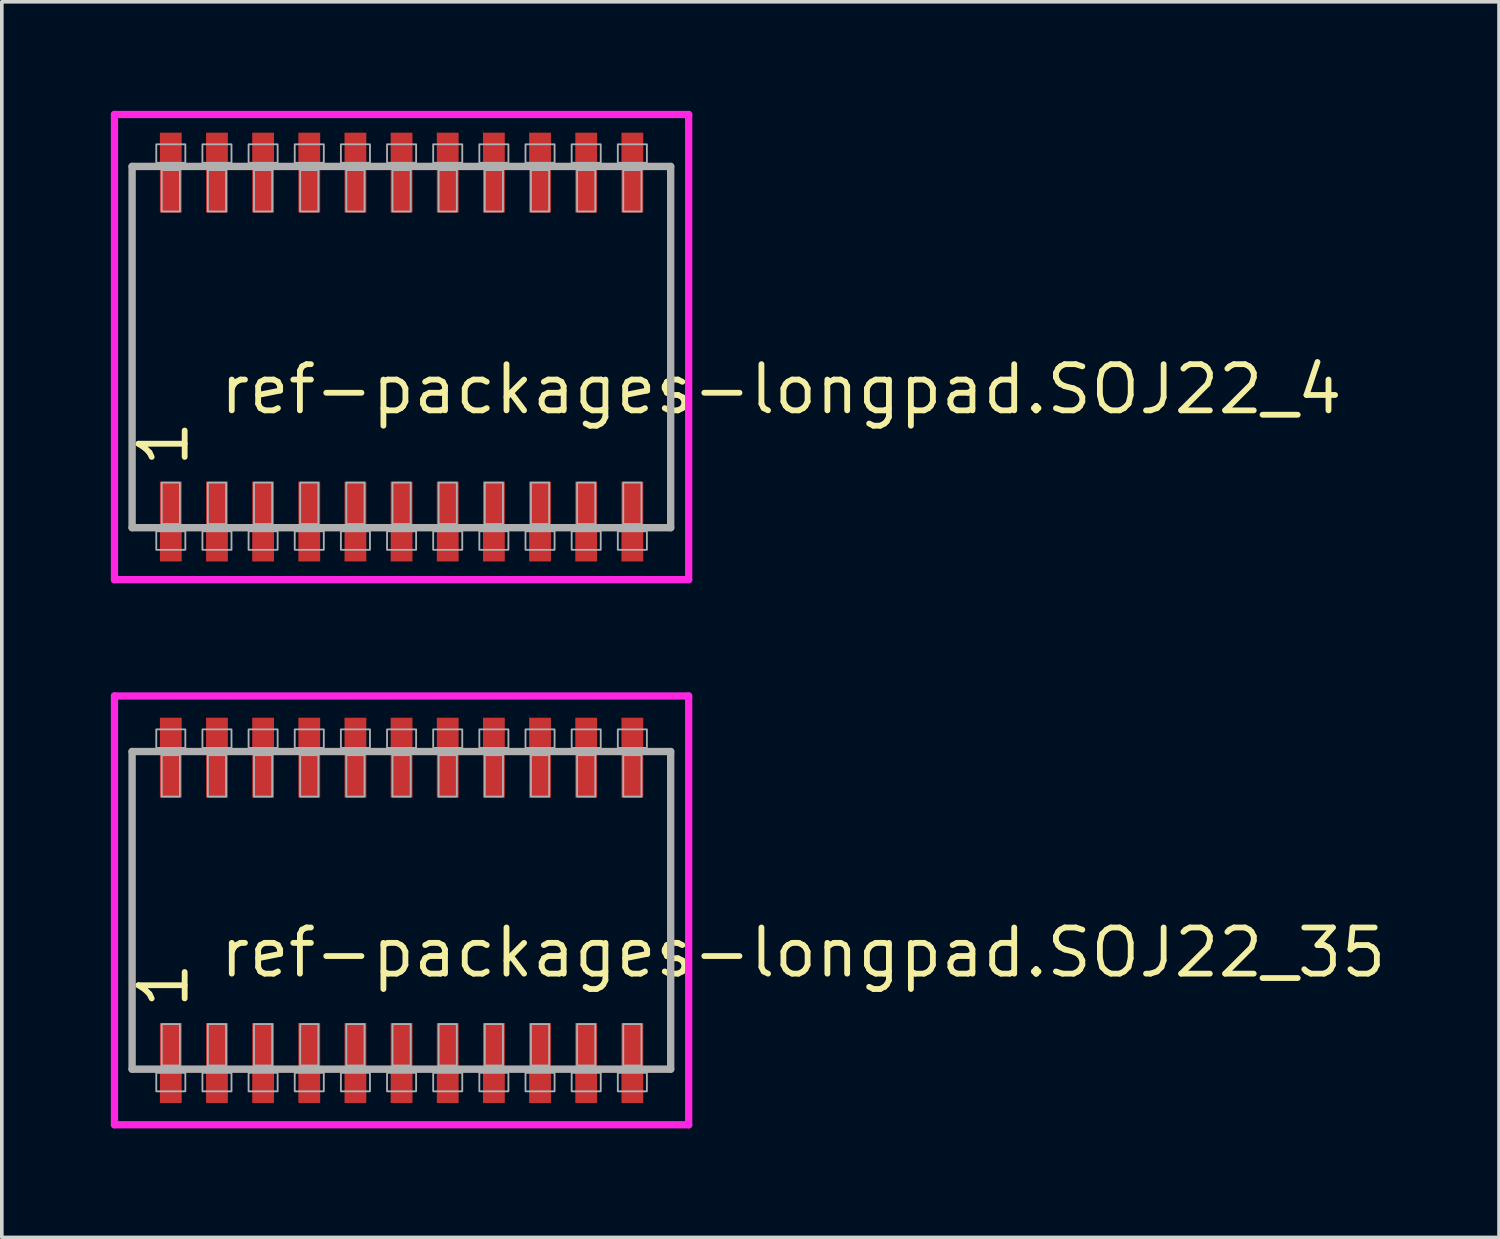
<source format=kicad_pcb>
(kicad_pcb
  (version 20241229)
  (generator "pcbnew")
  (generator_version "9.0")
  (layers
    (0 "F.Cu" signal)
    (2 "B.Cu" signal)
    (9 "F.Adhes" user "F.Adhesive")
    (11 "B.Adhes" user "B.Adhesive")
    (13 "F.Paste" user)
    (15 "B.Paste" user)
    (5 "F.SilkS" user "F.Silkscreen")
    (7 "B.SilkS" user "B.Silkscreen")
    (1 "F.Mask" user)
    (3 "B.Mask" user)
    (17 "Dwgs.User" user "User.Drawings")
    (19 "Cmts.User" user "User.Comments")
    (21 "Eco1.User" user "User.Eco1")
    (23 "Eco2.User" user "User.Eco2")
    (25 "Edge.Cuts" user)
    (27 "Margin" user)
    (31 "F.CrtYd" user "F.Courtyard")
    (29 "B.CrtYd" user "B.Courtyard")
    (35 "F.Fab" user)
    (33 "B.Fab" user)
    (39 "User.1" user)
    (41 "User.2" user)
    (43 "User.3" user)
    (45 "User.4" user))
  (footprint "ref-packages-longpad.SOJ22_4"
    (layer "F.Cu")
    (at 8 6.5)
    (property "Reference" "ref-packages-longpad.SOJ22_4" (at -5.08 1.905 0) (layer "F.SilkS") (effects (font (size 1.27 1.27) (thickness 0.16)) (justify left bottom)))
    (attr smd)
    (fp_line (start -7.9 -6.4) (end 7.9 -6.4) (stroke (width 0.2) (type default)) (layer "F.CrtYd"))
    (fp_line (start -7.9 6.4) (end -7.9 -6.4) (stroke (width 0.2) (type default)) (layer "F.CrtYd"))
    (fp_line (start 7.9 -6.4) (end 7.9 6.4) (stroke (width 0.2) (type default)) (layer "F.CrtYd"))
    (fp_line (start 7.9 6.4) (end -7.9 6.4) (stroke (width 0.2) (type default)) (layer "F.CrtYd"))
    (fp_line (start -7.415 -4.97) (end 7.405 -4.97) (stroke (width 0.203) (type default)) (layer "F.Fab"))
    (fp_line (start -7.415 4.97) (end -7.415 -4.97) (stroke (width 0.203) (type default)) (layer "F.Fab"))
    (fp_line (start 7.405 -4.97) (end 7.405 4.97) (stroke (width 0.203) (type default)) (layer "F.Fab"))
    (fp_line (start 7.405 4.97) (end -7.415 4.97) (stroke (width 0.203) (type default)) (layer "F.Fab"))
    (fp_rect (start -6.75 -5.07) (end -5.95 -5.58) (stroke (width 0.05) (type default)) (fill no) (layer "F.Fab"))
    (fp_rect (start -6.75 5.58) (end -5.95 5.07) (stroke (width 0.05) (type default)) (fill no) (layer "F.Fab"))
    (fp_rect (start -6.6 -3.73) (end -6.1 -4.87) (stroke (width 0.05) (type default)) (fill no) (layer "F.Fab"))
    (fp_rect (start -6.6 4.87) (end -6.1 3.73) (stroke (width 0.05) (type default)) (fill no) (layer "F.Fab"))
    (fp_rect (start -5.48 -5.07) (end -4.68 -5.58) (stroke (width 0.05) (type default)) (fill no) (layer "F.Fab"))
    (fp_rect (start -5.48 5.58) (end -4.68 5.07) (stroke (width 0.05) (type default)) (fill no) (layer "F.Fab"))
    (fp_rect (start -5.33 -3.73) (end -4.83 -4.87) (stroke (width 0.05) (type default)) (fill no) (layer "F.Fab"))
    (fp_rect (start -5.33 4.87) (end -4.83 3.73) (stroke (width 0.05) (type default)) (fill no) (layer "F.Fab"))
    (fp_rect (start -4.21 -5.07) (end -3.41 -5.58) (stroke (width 0.05) (type default)) (fill no) (layer "F.Fab"))
    (fp_rect (start -4.21 5.58) (end -3.41 5.07) (stroke (width 0.05) (type default)) (fill no) (layer "F.Fab"))
    (fp_rect (start -4.06 -3.73) (end -3.56 -4.87) (stroke (width 0.05) (type default)) (fill no) (layer "F.Fab"))
    (fp_rect (start -4.06 4.87) (end -3.56 3.73) (stroke (width 0.05) (type default)) (fill no) (layer "F.Fab"))
    (fp_rect (start -2.94 -5.07) (end -2.14 -5.58) (stroke (width 0.05) (type default)) (fill no) (layer "F.Fab"))
    (fp_rect (start -2.94 5.58) (end -2.14 5.07) (stroke (width 0.05) (type default)) (fill no) (layer "F.Fab"))
    (fp_rect (start -2.79 -3.73) (end -2.29 -4.87) (stroke (width 0.05) (type default)) (fill no) (layer "F.Fab"))
    (fp_rect (start -2.79 4.87) (end -2.29 3.73) (stroke (width 0.05) (type default)) (fill no) (layer "F.Fab"))
    (fp_rect (start -1.67 -5.07) (end -0.87 -5.58) (stroke (width 0.05) (type default)) (fill no) (layer "F.Fab"))
    (fp_rect (start -1.67 5.58) (end -0.87 5.07) (stroke (width 0.05) (type default)) (fill no) (layer "F.Fab"))
    (fp_rect (start -1.52 -3.73) (end -1.02 -4.87) (stroke (width 0.05) (type default)) (fill no) (layer "F.Fab"))
    (fp_rect (start -1.52 4.87) (end -1.02 3.73) (stroke (width 0.05) (type default)) (fill no) (layer "F.Fab"))
    (fp_rect (start -0.4 -5.07) (end 0.4 -5.58) (stroke (width 0.05) (type default)) (fill no) (layer "F.Fab"))
    (fp_rect (start -0.4 5.58) (end 0.4 5.07) (stroke (width 0.05) (type default)) (fill no) (layer "F.Fab"))
    (fp_rect (start -0.25 -3.73) (end 0.25 -4.87) (stroke (width 0.05) (type default)) (fill no) (layer "F.Fab"))
    (fp_rect (start -0.25 4.87) (end 0.25 3.73) (stroke (width 0.05) (type default)) (fill no) (layer "F.Fab"))
    (fp_rect (start 0.87 -5.07) (end 1.67 -5.58) (stroke (width 0.05) (type default)) (fill no) (layer "F.Fab"))
    (fp_rect (start 0.87 5.58) (end 1.67 5.07) (stroke (width 0.05) (type default)) (fill no) (layer "F.Fab"))
    (fp_rect (start 1.02 -3.73) (end 1.52 -4.87) (stroke (width 0.05) (type default)) (fill no) (layer "F.Fab"))
    (fp_rect (start 1.02 4.87) (end 1.52 3.73) (stroke (width 0.05) (type default)) (fill no) (layer "F.Fab"))
    (fp_rect (start 2.14 -5.07) (end 2.94 -5.58) (stroke (width 0.05) (type default)) (fill no) (layer "F.Fab"))
    (fp_rect (start 2.14 5.58) (end 2.94 5.07) (stroke (width 0.05) (type default)) (fill no) (layer "F.Fab"))
    (fp_rect (start 2.29 -3.73) (end 2.79 -4.87) (stroke (width 0.05) (type default)) (fill no) (layer "F.Fab"))
    (fp_rect (start 2.29 4.87) (end 2.79 3.73) (stroke (width 0.05) (type default)) (fill no) (layer "F.Fab"))
    (fp_rect (start 3.41 -5.07) (end 4.21 -5.58) (stroke (width 0.05) (type default)) (fill no) (layer "F.Fab"))
    (fp_rect (start 3.41 5.58) (end 4.21 5.07) (stroke (width 0.05) (type default)) (fill no) (layer "F.Fab"))
    (fp_rect (start 3.56 -3.73) (end 4.06 -4.87) (stroke (width 0.05) (type default)) (fill no) (layer "F.Fab"))
    (fp_rect (start 3.56 4.87) (end 4.06 3.73) (stroke (width 0.05) (type default)) (fill no) (layer "F.Fab"))
    (fp_rect (start 4.68 -5.07) (end 5.48 -5.58) (stroke (width 0.05) (type default)) (fill no) (layer "F.Fab"))
    (fp_rect (start 4.68 5.58) (end 5.48 5.07) (stroke (width 0.05) (type default)) (fill no) (layer "F.Fab"))
    (fp_rect (start 4.83 -3.73) (end 5.33 -4.87) (stroke (width 0.05) (type default)) (fill no) (layer "F.Fab"))
    (fp_rect (start 4.83 4.87) (end 5.33 3.73) (stroke (width 0.05) (type default)) (fill no) (layer "F.Fab"))
    (fp_rect (start 5.95 -5.07) (end 6.75 -5.58) (stroke (width 0.05) (type default)) (fill no) (layer "F.Fab"))
    (fp_rect (start 5.95 5.58) (end 6.75 5.07) (stroke (width 0.05) (type default)) (fill no) (layer "F.Fab"))
    (fp_rect (start 6.1 -3.73) (end 6.6 -4.87) (stroke (width 0.05) (type default)) (fill no) (layer "F.Fab"))
    (fp_rect (start 6.1 4.87) (end 6.6 3.73) (stroke (width 0.05) (type default)) (fill no) (layer "F.Fab"))
    (fp_text user "1" (at -5.805 3.37 90) (layer "F.SilkS") (effects (font (size 1.27 1.27) (thickness 0.16)) (justify left bottom)))
    (pad "1" smd roundrect (at -6.35 4.8) (size 0.6 2.2) (layers "F.Cu" "F.Mask" "F.Paste") (roundrect_rratio 0.01))
    (pad "2" smd roundrect (at -5.08 4.8) (size 0.6 2.2) (layers "F.Cu" "F.Mask" "F.Paste") (roundrect_rratio 0.01))
    (pad "3" smd roundrect (at -3.81 4.8) (size 0.6 2.2) (layers "F.Cu" "F.Mask" "F.Paste") (roundrect_rratio 0.01))
    (pad "4" smd roundrect (at -2.54 4.8) (size 0.6 2.2) (layers "F.Cu" "F.Mask" "F.Paste") (roundrect_rratio 0.01))
    (pad "5" smd roundrect (at -1.27 4.8) (size 0.6 2.2) (layers "F.Cu" "F.Mask" "F.Paste") (roundrect_rratio 0.01))
    (pad "6" smd roundrect (at 0 4.8) (size 0.6 2.2) (layers "F.Cu" "F.Mask" "F.Paste") (roundrect_rratio 0.01))
    (pad "7" smd roundrect (at 1.27 4.8) (size 0.6 2.2) (layers "F.Cu" "F.Mask" "F.Paste") (roundrect_rratio 0.01))
    (pad "8" smd roundrect (at 2.54 4.8) (size 0.6 2.2) (layers "F.Cu" "F.Mask" "F.Paste") (roundrect_rratio 0.01))
    (pad "9" smd roundrect (at 3.81 4.8) (size 0.6 2.2) (layers "F.Cu" "F.Mask" "F.Paste") (roundrect_rratio 0.01))
    (pad "10" smd roundrect (at 5.08 4.8) (size 0.6 2.2) (layers "F.Cu" "F.Mask" "F.Paste") (roundrect_rratio 0.01))
    (pad "11" smd roundrect (at 6.35 4.8) (size 0.6 2.2) (layers "F.Cu" "F.Mask" "F.Paste") (roundrect_rratio 0.01))
    (pad "12" smd roundrect (at 6.35 -4.8) (size 0.6 2.2) (layers "F.Cu" "F.Mask" "F.Paste") (roundrect_rratio 0.01))
    (pad "13" smd roundrect (at 5.08 -4.8) (size 0.6 2.2) (layers "F.Cu" "F.Mask" "F.Paste") (roundrect_rratio 0.01))
    (pad "14" smd roundrect (at 3.81 -4.8) (size 0.6 2.2) (layers "F.Cu" "F.Mask" "F.Paste") (roundrect_rratio 0.01))
    (pad "15" smd roundrect (at 2.54 -4.8) (size 0.6 2.2) (layers "F.Cu" "F.Mask" "F.Paste") (roundrect_rratio 0.01))
    (pad "16" smd roundrect (at 1.27 -4.8) (size 0.6 2.2) (layers "F.Cu" "F.Mask" "F.Paste") (roundrect_rratio 0.01))
    (pad "17" smd roundrect (at 0 -4.8) (size 0.6 2.2) (layers "F.Cu" "F.Mask" "F.Paste") (roundrect_rratio 0.01))
    (pad "18" smd roundrect (at -1.27 -4.8) (size 0.6 2.2) (layers "F.Cu" "F.Mask" "F.Paste") (roundrect_rratio 0.01))
    (pad "19" smd roundrect (at -2.54 -4.8) (size 0.6 2.2) (layers "F.Cu" "F.Mask" "F.Paste") (roundrect_rratio 0.01))
    (pad "20" smd roundrect (at -3.81 -4.8) (size 0.6 2.2) (layers "F.Cu" "F.Mask" "F.Paste") (roundrect_rratio 0.01))
    (pad "21" smd roundrect (at -5.08 -4.8) (size 0.6 2.2) (layers "F.Cu" "F.Mask" "F.Paste") (roundrect_rratio 0.01))
    (pad "22" smd roundrect (at -6.35 -4.8) (size 0.6 2.2) (layers "F.Cu" "F.Mask" "F.Paste") (roundrect_rratio 0.01)))
  (footprint "ref-packages-longpad.SOJ22_35"
    (layer "F.Cu")
    (at 8 22)
    (property "Reference" "ref-packages-longpad.SOJ22_35" (at -5.08 1.905 0) (layer "F.SilkS") (effects (font (size 1.27 1.27) (thickness 0.16)) (justify left bottom)))
    (attr smd)
    (fp_line (start -7.9 -5.9) (end 7.9 -5.9) (stroke (width 0.2) (type default)) (layer "F.CrtYd"))
    (fp_line (start -7.9 5.9) (end -7.9 -5.9) (stroke (width 0.2) (type default)) (layer "F.CrtYd"))
    (fp_line (start 7.9 -5.9) (end 7.9 5.9) (stroke (width 0.2) (type default)) (layer "F.CrtYd"))
    (fp_line (start 7.9 5.9) (end -7.9 5.9) (stroke (width 0.2) (type default)) (layer "F.CrtYd"))
    (fp_line (start -7.415 -4.37) (end 7.405 -4.37) (stroke (width 0.203) (type default)) (layer "F.Fab"))
    (fp_line (start -7.415 4.37) (end -7.415 -4.37) (stroke (width 0.203) (type default)) (layer "F.Fab"))
    (fp_line (start 7.405 -4.37) (end 7.405 4.37) (stroke (width 0.203) (type default)) (layer "F.Fab"))
    (fp_line (start 7.405 4.37) (end -7.415 4.37) (stroke (width 0.203) (type default)) (layer "F.Fab"))
    (fp_rect (start -6.75 -4.47) (end -5.95 -4.98) (stroke (width 0.05) (type default)) (fill no) (layer "F.Fab"))
    (fp_rect (start -6.75 4.98) (end -5.95 4.47) (stroke (width 0.05) (type default)) (fill no) (layer "F.Fab"))
    (fp_rect (start -6.6 -3.13) (end -6.1 -4.27) (stroke (width 0.05) (type default)) (fill no) (layer "F.Fab"))
    (fp_rect (start -6.6 4.27) (end -6.1 3.13) (stroke (width 0.05) (type default)) (fill no) (layer "F.Fab"))
    (fp_rect (start -5.48 -4.47) (end -4.68 -4.98) (stroke (width 0.05) (type default)) (fill no) (layer "F.Fab"))
    (fp_rect (start -5.48 4.98) (end -4.68 4.47) (stroke (width 0.05) (type default)) (fill no) (layer "F.Fab"))
    (fp_rect (start -5.33 -3.13) (end -4.83 -4.27) (stroke (width 0.05) (type default)) (fill no) (layer "F.Fab"))
    (fp_rect (start -5.33 4.27) (end -4.83 3.13) (stroke (width 0.05) (type default)) (fill no) (layer "F.Fab"))
    (fp_rect (start -4.21 -4.47) (end -3.41 -4.98) (stroke (width 0.05) (type default)) (fill no) (layer "F.Fab"))
    (fp_rect (start -4.21 4.98) (end -3.41 4.47) (stroke (width 0.05) (type default)) (fill no) (layer "F.Fab"))
    (fp_rect (start -4.06 -3.13) (end -3.56 -4.27) (stroke (width 0.05) (type default)) (fill no) (layer "F.Fab"))
    (fp_rect (start -4.06 4.27) (end -3.56 3.13) (stroke (width 0.05) (type default)) (fill no) (layer "F.Fab"))
    (fp_rect (start -2.94 -4.47) (end -2.14 -4.98) (stroke (width 0.05) (type default)) (fill no) (layer "F.Fab"))
    (fp_rect (start -2.94 4.98) (end -2.14 4.47) (stroke (width 0.05) (type default)) (fill no) (layer "F.Fab"))
    (fp_rect (start -2.79 -3.13) (end -2.29 -4.27) (stroke (width 0.05) (type default)) (fill no) (layer "F.Fab"))
    (fp_rect (start -2.79 4.27) (end -2.29 3.13) (stroke (width 0.05) (type default)) (fill no) (layer "F.Fab"))
    (fp_rect (start -1.67 -4.47) (end -0.87 -4.98) (stroke (width 0.05) (type default)) (fill no) (layer "F.Fab"))
    (fp_rect (start -1.67 4.98) (end -0.87 4.47) (stroke (width 0.05) (type default)) (fill no) (layer "F.Fab"))
    (fp_rect (start -1.52 -3.13) (end -1.02 -4.27) (stroke (width 0.05) (type default)) (fill no) (layer "F.Fab"))
    (fp_rect (start -1.52 4.27) (end -1.02 3.13) (stroke (width 0.05) (type default)) (fill no) (layer "F.Fab"))
    (fp_rect (start -0.4 -4.47) (end 0.4 -4.98) (stroke (width 0.05) (type default)) (fill no) (layer "F.Fab"))
    (fp_rect (start -0.4 4.98) (end 0.4 4.47) (stroke (width 0.05) (type default)) (fill no) (layer "F.Fab"))
    (fp_rect (start -0.25 -3.13) (end 0.25 -4.27) (stroke (width 0.05) (type default)) (fill no) (layer "F.Fab"))
    (fp_rect (start -0.25 4.27) (end 0.25 3.13) (stroke (width 0.05) (type default)) (fill no) (layer "F.Fab"))
    (fp_rect (start 0.87 -4.47) (end 1.67 -4.98) (stroke (width 0.05) (type default)) (fill no) (layer "F.Fab"))
    (fp_rect (start 0.87 4.98) (end 1.67 4.47) (stroke (width 0.05) (type default)) (fill no) (layer "F.Fab"))
    (fp_rect (start 1.02 -3.13) (end 1.52 -4.27) (stroke (width 0.05) (type default)) (fill no) (layer "F.Fab"))
    (fp_rect (start 1.02 4.27) (end 1.52 3.13) (stroke (width 0.05) (type default)) (fill no) (layer "F.Fab"))
    (fp_rect (start 2.14 -4.47) (end 2.94 -4.98) (stroke (width 0.05) (type default)) (fill no) (layer "F.Fab"))
    (fp_rect (start 2.14 4.98) (end 2.94 4.47) (stroke (width 0.05) (type default)) (fill no) (layer "F.Fab"))
    (fp_rect (start 2.29 -3.13) (end 2.79 -4.27) (stroke (width 0.05) (type default)) (fill no) (layer "F.Fab"))
    (fp_rect (start 2.29 4.27) (end 2.79 3.13) (stroke (width 0.05) (type default)) (fill no) (layer "F.Fab"))
    (fp_rect (start 3.41 -4.47) (end 4.21 -4.98) (stroke (width 0.05) (type default)) (fill no) (layer "F.Fab"))
    (fp_rect (start 3.41 4.98) (end 4.21 4.47) (stroke (width 0.05) (type default)) (fill no) (layer "F.Fab"))
    (fp_rect (start 3.56 -3.13) (end 4.06 -4.27) (stroke (width 0.05) (type default)) (fill no) (layer "F.Fab"))
    (fp_rect (start 3.56 4.27) (end 4.06 3.13) (stroke (width 0.05) (type default)) (fill no) (layer "F.Fab"))
    (fp_rect (start 4.68 -4.47) (end 5.48 -4.98) (stroke (width 0.05) (type default)) (fill no) (layer "F.Fab"))
    (fp_rect (start 4.68 4.98) (end 5.48 4.47) (stroke (width 0.05) (type default)) (fill no) (layer "F.Fab"))
    (fp_rect (start 4.83 -3.13) (end 5.33 -4.27) (stroke (width 0.05) (type default)) (fill no) (layer "F.Fab"))
    (fp_rect (start 4.83 4.27) (end 5.33 3.13) (stroke (width 0.05) (type default)) (fill no) (layer "F.Fab"))
    (fp_rect (start 5.95 -4.47) (end 6.75 -4.98) (stroke (width 0.05) (type default)) (fill no) (layer "F.Fab"))
    (fp_rect (start 5.95 4.98) (end 6.75 4.47) (stroke (width 0.05) (type default)) (fill no) (layer "F.Fab"))
    (fp_rect (start 6.1 -3.13) (end 6.6 -4.27) (stroke (width 0.05) (type default)) (fill no) (layer "F.Fab"))
    (fp_rect (start 6.1 4.27) (end 6.6 3.13) (stroke (width 0.05) (type default)) (fill no) (layer "F.Fab"))
    (fp_text user "1" (at -5.805 2.77 90) (layer "F.SilkS") (effects (font (size 1.27 1.27) (thickness 0.16)) (justify left bottom)))
    (pad "1" smd roundrect (at -6.35 4.2) (size 0.6 2.2) (layers "F.Cu" "F.Mask" "F.Paste") (roundrect_rratio 0.01))
    (pad "2" smd roundrect (at -5.08 4.2) (size 0.6 2.2) (layers "F.Cu" "F.Mask" "F.Paste") (roundrect_rratio 0.01))
    (pad "3" smd roundrect (at -3.81 4.2) (size 0.6 2.2) (layers "F.Cu" "F.Mask" "F.Paste") (roundrect_rratio 0.01))
    (pad "4" smd roundrect (at -2.54 4.2) (size 0.6 2.2) (layers "F.Cu" "F.Mask" "F.Paste") (roundrect_rratio 0.01))
    (pad "5" smd roundrect (at -1.27 4.2) (size 0.6 2.2) (layers "F.Cu" "F.Mask" "F.Paste") (roundrect_rratio 0.01))
    (pad "6" smd roundrect (at 0 4.2) (size 0.6 2.2) (layers "F.Cu" "F.Mask" "F.Paste") (roundrect_rratio 0.01))
    (pad "7" smd roundrect (at 1.27 4.2) (size 0.6 2.2) (layers "F.Cu" "F.Mask" "F.Paste") (roundrect_rratio 0.01))
    (pad "8" smd roundrect (at 2.54 4.2) (size 0.6 2.2) (layers "F.Cu" "F.Mask" "F.Paste") (roundrect_rratio 0.01))
    (pad "9" smd roundrect (at 3.81 4.2) (size 0.6 2.2) (layers "F.Cu" "F.Mask" "F.Paste") (roundrect_rratio 0.01))
    (pad "10" smd roundrect (at 5.08 4.2) (size 0.6 2.2) (layers "F.Cu" "F.Mask" "F.Paste") (roundrect_rratio 0.01))
    (pad "11" smd roundrect (at 6.35 4.2) (size 0.6 2.2) (layers "F.Cu" "F.Mask" "F.Paste") (roundrect_rratio 0.01))
    (pad "12" smd roundrect (at 6.35 -4.2) (size 0.6 2.2) (layers "F.Cu" "F.Mask" "F.Paste") (roundrect_rratio 0.01))
    (pad "13" smd roundrect (at 5.08 -4.2) (size 0.6 2.2) (layers "F.Cu" "F.Mask" "F.Paste") (roundrect_rratio 0.01))
    (pad "14" smd roundrect (at 3.81 -4.2) (size 0.6 2.2) (layers "F.Cu" "F.Mask" "F.Paste") (roundrect_rratio 0.01))
    (pad "15" smd roundrect (at 2.54 -4.2) (size 0.6 2.2) (layers "F.Cu" "F.Mask" "F.Paste") (roundrect_rratio 0.01))
    (pad "16" smd roundrect (at 1.27 -4.2) (size 0.6 2.2) (layers "F.Cu" "F.Mask" "F.Paste") (roundrect_rratio 0.01))
    (pad "17" smd roundrect (at 0 -4.2) (size 0.6 2.2) (layers "F.Cu" "F.Mask" "F.Paste") (roundrect_rratio 0.01))
    (pad "18" smd roundrect (at -1.27 -4.2) (size 0.6 2.2) (layers "F.Cu" "F.Mask" "F.Paste") (roundrect_rratio 0.01))
    (pad "19" smd roundrect (at -2.54 -4.2) (size 0.6 2.2) (layers "F.Cu" "F.Mask" "F.Paste") (roundrect_rratio 0.01))
    (pad "20" smd roundrect (at -3.81 -4.2) (size 0.6 2.2) (layers "F.Cu" "F.Mask" "F.Paste") (roundrect_rratio 0.01))
    (pad "21" smd roundrect (at -5.08 -4.2) (size 0.6 2.2) (layers "F.Cu" "F.Mask" "F.Paste") (roundrect_rratio 0.01))
    (pad "22" smd roundrect (at -6.35 -4.2) (size 0.6 2.2) (layers "F.Cu" "F.Mask" "F.Paste") (roundrect_rratio 0.01)))
  (gr_rect
    (start -3 -3)
    (end 38.198 31)
    (stroke (width 0.1) (type default))
    (fill no)
    (layer "Edge.Cuts")))
</source>
